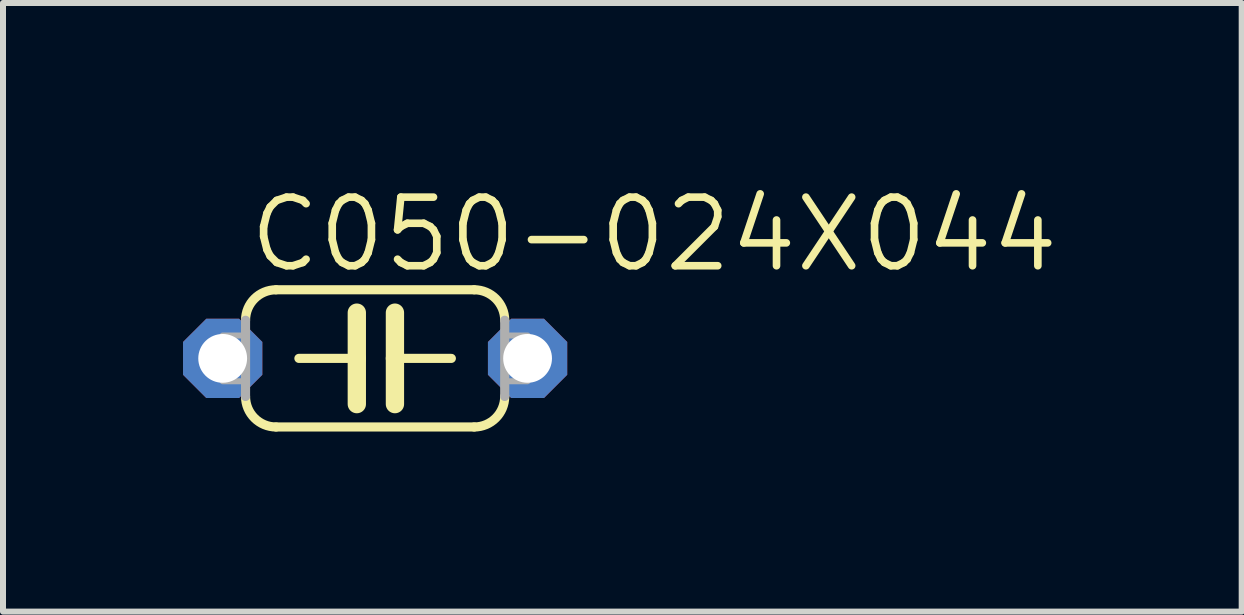
<source format=kicad_pcb>
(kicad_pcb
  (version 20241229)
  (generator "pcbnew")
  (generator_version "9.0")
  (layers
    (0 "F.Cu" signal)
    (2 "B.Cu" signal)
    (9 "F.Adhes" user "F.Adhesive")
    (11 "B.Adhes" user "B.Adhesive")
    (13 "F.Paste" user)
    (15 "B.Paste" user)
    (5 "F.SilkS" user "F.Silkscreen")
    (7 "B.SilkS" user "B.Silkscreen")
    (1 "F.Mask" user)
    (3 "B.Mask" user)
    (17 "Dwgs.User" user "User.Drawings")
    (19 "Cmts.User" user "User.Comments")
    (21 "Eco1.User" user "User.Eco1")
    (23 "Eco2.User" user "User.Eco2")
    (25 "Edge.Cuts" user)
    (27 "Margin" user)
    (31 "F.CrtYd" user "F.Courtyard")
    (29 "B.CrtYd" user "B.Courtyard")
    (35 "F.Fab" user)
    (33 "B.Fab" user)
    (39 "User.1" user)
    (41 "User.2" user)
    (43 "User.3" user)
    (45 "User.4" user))
  (footprint "C050-024X044"
    (layer "F.Cu")
    (at 3.2 2.921)
    (property "Reference" "C050-024X044" (at -2.159 -1.397 0) (layer "F.SilkS") (effects (font (size 1.143 1.143) (thickness 0.127)) (justify left bottom)))
    (fp_line (start -1.27 0) (end -0.305 0) (stroke (width 0.152) (type solid)) (layer "F.SilkS"))
    (fp_line (start -0.305 -0.762) (end -0.305 0) (stroke (width 0.305) (type solid)) (layer "F.SilkS"))
    (fp_line (start -0.305 0) (end -0.305 0.762) (stroke (width 0.305) (type solid)) (layer "F.SilkS"))
    (fp_line (start 0.33 -0.762) (end 0.33 0) (stroke (width 0.305) (type solid)) (layer "F.SilkS"))
    (fp_line (start 0.33 0) (end 0.33 0.762) (stroke (width 0.305) (type solid)) (layer "F.SilkS"))
    (fp_line (start 1.27 0) (end 0.33 0) (stroke (width 0.152) (type solid)) (layer "F.SilkS"))
    (fp_line (start 1.651 -1.143) (end -1.651 -1.143) (stroke (width 0.152) (type solid)) (layer "F.SilkS"))
    (fp_line (start 1.651 1.143) (end -1.651 1.143) (stroke (width 0.152) (type solid)) (layer "F.SilkS"))
    (fp_arc (start -2.159 -0.635) (mid -2.01021 -0.99421) (end -1.651 -1.143) (stroke (width 0.1524) (type solid)) (layer "F.SilkS"))
    (fp_arc (start -1.651 1.143) (mid -2.01021 0.99421) (end -2.159 0.635) (stroke (width 0.1524) (type solid)) (layer "F.SilkS"))
    (fp_arc (start 1.651 -1.143) (mid 2.01021 -0.99421) (end 2.159 -0.635) (stroke (width 0.1524) (type solid)) (layer "F.SilkS"))
    (fp_arc (start 2.159 0.635) (mid 2.01021 0.99421) (end 1.651 1.143) (stroke (width 0.1524) (type solid)) (layer "F.SilkS"))
    (fp_line (start -2.159 0.635) (end -2.159 -0.635) (stroke (width 0.152) (type solid)) (layer "F.Fab"))
    (fp_line (start 2.159 0.635) (end 2.159 -0.635) (stroke (width 0.152) (type solid)) (layer "F.Fab"))
    (fp_poly (pts (xy -2.54 0.381) (xy -2.159 0.381) (xy -2.159 -0.381) (xy -2.54 -0.381)) (stroke (width 0.1) (type default)) (fill no) (layer "F.Fab"))
    (fp_poly (pts (xy 2.159 0.381) (xy 2.54 0.381) (xy 2.54 -0.381) (xy 2.159 -0.381)) (stroke (width 0.1) (type default)) (fill no) (layer "F.Fab"))
    (pad "1" thru_hole roundrect (at -2.54 0) (size 1.321 1.321) (drill 0.813) (layers "*.Cu" "*.Mask") (roundrect_rratio 0.25) (chamfer_ratio 0.293) (chamfer top_left top_right bottom_left bottom_right))
    (pad "2" thru_hole roundrect (at 2.54 0) (size 1.321 1.321) (drill 0.813) (layers "*.Cu" "*.Mask") (roundrect_rratio 0.25) (chamfer_ratio 0.293) (chamfer top_left top_right bottom_left bottom_right)))
  (gr_rect
    (start -3 -3)
    (end 17.638 7.14)
    (stroke (width 0.1) (type default))
    (fill no)
    (layer "Edge.Cuts")))
</source>
